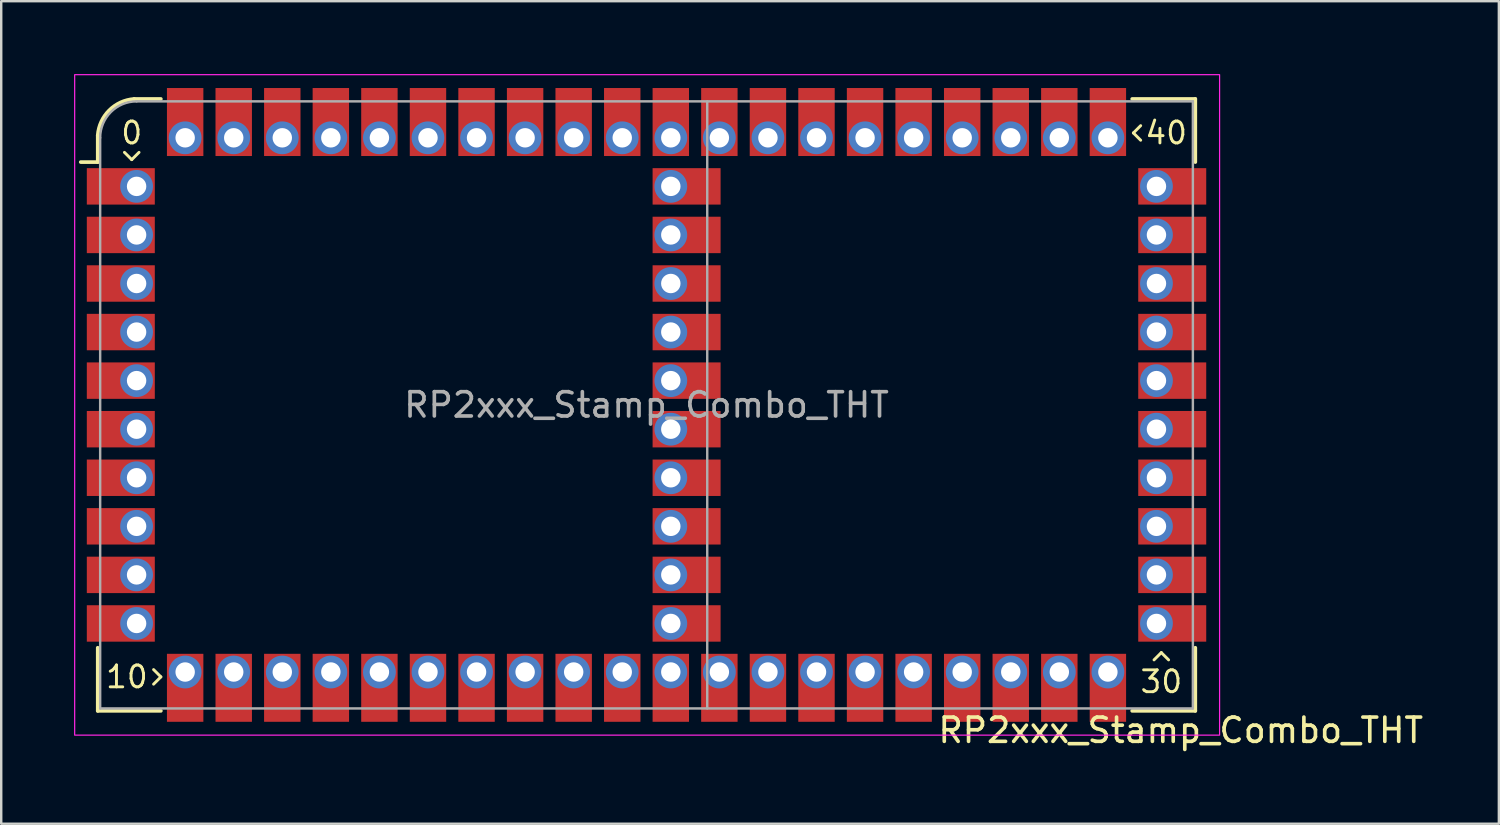
<source format=kicad_pcb>
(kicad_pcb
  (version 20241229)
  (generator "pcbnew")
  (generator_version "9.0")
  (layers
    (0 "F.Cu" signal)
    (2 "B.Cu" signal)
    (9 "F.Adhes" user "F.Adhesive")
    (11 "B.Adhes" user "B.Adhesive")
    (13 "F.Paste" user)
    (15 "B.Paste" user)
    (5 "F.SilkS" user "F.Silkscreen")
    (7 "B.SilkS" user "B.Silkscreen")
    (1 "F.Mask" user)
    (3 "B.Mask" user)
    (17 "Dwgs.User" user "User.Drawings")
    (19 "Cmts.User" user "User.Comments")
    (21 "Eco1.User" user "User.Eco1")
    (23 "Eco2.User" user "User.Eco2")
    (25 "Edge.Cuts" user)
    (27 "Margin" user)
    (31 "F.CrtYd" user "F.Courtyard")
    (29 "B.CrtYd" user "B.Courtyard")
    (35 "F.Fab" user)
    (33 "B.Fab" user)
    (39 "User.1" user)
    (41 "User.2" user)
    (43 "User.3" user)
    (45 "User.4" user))
  (footprint "RP2xxx_Stamp_Combo_THT"
    (layer "F.Cu")
    (at 23.575 13.625)
    (property "Reference" "RP2xxx_Stamp_Combo_THT" (at 22 13.4 0) (unlocked yes) (layer "F.SilkS") (effects (font (size 1 1) (thickness 0.15))))
    (attr through_hole)
    (fp_line (start -22.6 -10) (end -23.3 -10) (stroke (width 0.15) (type solid)) (layer "F.SilkS"))
    (fp_line (start -22.6 -10) (end -22.6 -11.1) (stroke (width 0.15) (type solid)) (layer "F.SilkS"))
    (fp_line (start -22.6 12.6) (end -22.6 10) (stroke (width 0.15) (type solid)) (layer "F.SilkS"))
    (fp_line (start -21.5 -10.4) (end -21.2 -10.1) (stroke (width 0.12) (type solid)) (layer "F.SilkS"))
    (fp_line (start -21.2 -10.1) (end -20.9 -10.4) (stroke (width 0.12) (type solid)) (layer "F.SilkS"))
    (fp_line (start -21.1 -12.6) (end -20 -12.6) (stroke (width 0.15) (type solid)) (layer "F.SilkS"))
    (fp_line (start -20.3 11.5) (end -20 11.2) (stroke (width 0.12) (type solid)) (layer "F.SilkS"))
    (fp_line (start -20 11.2) (end -20.3 10.9) (stroke (width 0.12) (type solid)) (layer "F.SilkS"))
    (fp_line (start -20 12.6) (end -22.6 12.6) (stroke (width 0.15) (type solid)) (layer "F.SilkS"))
    (fp_line (start 20 -12.6) (end 22.6 -12.6) (stroke (width 0.15) (type solid)) (layer "F.SilkS"))
    (fp_line (start 20.05 -11.2) (end 20.35 -10.9) (stroke (width 0.12) (type solid)) (layer "F.SilkS"))
    (fp_line (start 20.35 -11.5) (end 20.05 -11.2) (stroke (width 0.12) (type solid)) (layer "F.SilkS"))
    (fp_line (start 21.2 10.2) (end 20.9 10.5) (stroke (width 0.12) (type solid)) (layer "F.SilkS"))
    (fp_line (start 21.5 10.5) (end 21.2 10.2) (stroke (width 0.12) (type solid)) (layer "F.SilkS"))
    (fp_line (start 22.6 -12.6) (end 22.6 -10) (stroke (width 0.15) (type solid)) (layer "F.SilkS"))
    (fp_line (start 22.6 10) (end 22.6 12.6) (stroke (width 0.15) (type solid)) (layer "F.SilkS"))
    (fp_line (start 22.6 12.6) (end 20 12.6) (stroke (width 0.15) (type solid)) (layer "F.SilkS"))
    (fp_arc (start -22.6 -11.1) (mid -22.129432 -12.129432) (end -21.1 -12.6) (stroke (width 0.15) (type solid)) (layer "F.SilkS"))
    (fp_rect (start -23.55 -13.6) (end 23.6 13.6) (stroke (width 0.05) (type solid)) (fill no) (layer "F.CrtYd"))
    (fp_line (start -22.5 12.5) (end -22.5 -11) (stroke (width 0.1) (type solid)) (layer "F.Fab"))
    (fp_line (start -21 -12.5) (end 22.5 -12.5) (stroke (width 0.1) (type solid)) (layer "F.Fab"))
    (fp_line (start 2.5 -12.5) (end 2.5 12.5) (stroke (width 0.1) (type solid)) (layer "F.Fab"))
    (fp_line (start 22.5 -12.5) (end 22.5 12.5) (stroke (width 0.1) (type solid)) (layer "F.Fab"))
    (fp_line (start 22.5 12.5) (end -22.5 12.5) (stroke (width 0.1) (type solid)) (layer "F.Fab"))
    (fp_arc (start -22.500003 -11.000003) (mid -22.060661 -12.060662) (end -21 -12.5) (stroke (width 0.1) (type solid)) (layer "F.Fab"))
    (fp_text user "10" (at -21.4 11.2 0) (unlocked yes) (layer "F.SilkS") (effects (font (size 0.9 0.9) (thickness 0.12))))
    (fp_text user "30" (at 21.2 11.4 0) (unlocked yes) (layer "F.SilkS") (effects (font (size 0.9 0.9) (thickness 0.12))))
    (fp_text user "40" (at 21.4 -11.2 0) (unlocked yes) (layer "F.SilkS") (effects (font (size 0.9 0.9) (thickness 0.12))))
    (fp_text user "0" (at -21.2 -11.2 0) (unlocked yes) (layer "F.SilkS") (effects (font (size 0.9 0.9) (thickness 0.12))))
    (fp_text user "${REFERENCE}" (at 0 0 0) (unlocked yes) (layer "F.Fab") (effects (font (size 1 1) (thickness 0.15))))
    (pad "1" smd rect (at -21.65 -9) (size 2.8 1.5) (layers "F.Cu" "F.Mask" "F.Paste"))
    (pad "1" thru_hole circle (at -21 -9) (size 1.35 1.35) (drill 0.8) (layers "*.Cu" "*.Mask"))
    (pad "2" smd rect (at -21.65 -7) (size 2.8 1.5) (layers "F.Cu" "F.Mask" "F.Paste"))
    (pad "2" thru_hole oval (at -21 -7) (size 1.35 1.35) (drill 0.8) (layers "*.Cu" "*.Mask"))
    (pad "3" smd rect (at -21.65 -5) (size 2.8 1.5) (layers "F.Cu" "F.Mask" "F.Paste"))
    (pad "3" thru_hole oval (at -21 -5) (size 1.35 1.35) (drill 0.8) (layers "*.Cu" "*.Mask"))
    (pad "4" smd rect (at -21.65 -3) (size 2.8 1.5) (layers "F.Cu" "F.Mask" "F.Paste"))
    (pad "4" thru_hole oval (at -21 -3) (size 1.35 1.35) (drill 0.8) (layers "*.Cu" "*.Mask"))
    (pad "5" smd rect (at -21.65 -1) (size 2.8 1.5) (layers "F.Cu" "F.Mask" "F.Paste"))
    (pad "5" thru_hole oval (at -21 -1) (size 1.35 1.35) (drill 0.8) (layers "*.Cu" "*.Mask"))
    (pad "6" smd rect (at -21.65 1) (size 2.8 1.5) (layers "F.Cu" "F.Mask" "F.Paste"))
    (pad "6" thru_hole oval (at -21 1) (size 1.35 1.35) (drill 0.8) (layers "*.Cu" "*.Mask"))
    (pad "7" smd rect (at -21.65 3) (size 2.8 1.5) (layers "F.Cu" "F.Mask" "F.Paste"))
    (pad "7" thru_hole oval (at -21 3) (size 1.35 1.35) (drill 0.8) (layers "*.Cu" "*.Mask"))
    (pad "8" smd rect (at -21.65 5) (size 2.8 1.5) (layers "F.Cu" "F.Mask" "F.Paste"))
    (pad "8" thru_hole oval (at -21 5) (size 1.35 1.35) (drill 0.8) (layers "*.Cu" "*.Mask"))
    (pad "9" smd rect (at -21.65 7) (size 2.8 1.5) (layers "F.Cu" "F.Mask" "F.Paste"))
    (pad "9" thru_hole oval (at -21 7) (size 1.35 1.35) (drill 0.8) (layers "*.Cu" "*.Mask"))
    (pad "10" smd rect (at -21.65 9) (size 2.8 1.5) (layers "F.Cu" "F.Mask" "F.Paste"))
    (pad "10" thru_hole oval (at -21 9) (size 1.35 1.35) (drill 0.8) (layers "*.Cu" "*.Mask"))
    (pad "11" thru_hole oval (at -19 11) (size 1.35 1.35) (drill 0.8) (layers "*.Cu" "*.Mask"))
    (pad "11" smd rect (at -19 11.65 270) (size 2.8 1.5) (layers "F.Cu" "F.Mask" "F.Paste"))
    (pad "12" thru_hole oval (at -17 11) (size 1.35 1.35) (drill 0.8) (layers "*.Cu" "*.Mask"))
    (pad "12" smd rect (at -17 11.65 270) (size 2.8 1.5) (layers "F.Cu" "F.Mask" "F.Paste"))
    (pad "13" thru_hole oval (at -15 11) (size 1.35 1.35) (drill 0.8) (layers "*.Cu" "*.Mask"))
    (pad "13" smd rect (at -15 11.65 270) (size 2.8 1.5) (layers "F.Cu" "F.Mask" "F.Paste"))
    (pad "14" thru_hole oval (at -13 11) (size 1.35 1.35) (drill 0.8) (layers "*.Cu" "*.Mask"))
    (pad "14" smd rect (at -13 11.65 270) (size 2.8 1.5) (layers "F.Cu" "F.Mask" "F.Paste"))
    (pad "15" thru_hole oval (at -11 11) (size 1.35 1.35) (drill 0.8) (layers "*.Cu" "*.Mask"))
    (pad "15" smd rect (at -11 11.65 270) (size 2.8 1.5) (layers "F.Cu" "F.Mask" "F.Paste"))
    (pad "16" thru_hole oval (at -9 11) (size 1.35 1.35) (drill 0.8) (layers "*.Cu" "*.Mask"))
    (pad "16" smd rect (at -9 11.65 270) (size 2.8 1.5) (layers "F.Cu" "F.Mask" "F.Paste"))
    (pad "17" thru_hole oval (at -7 11) (size 1.35 1.35) (drill 0.8) (layers "*.Cu" "*.Mask"))
    (pad "17" smd rect (at -7 11.65 270) (size 2.8 1.5) (layers "F.Cu" "F.Mask" "F.Paste"))
    (pad "18" thru_hole oval (at -5 11) (size 1.35 1.35) (drill 0.8) (layers "*.Cu" "*.Mask"))
    (pad "18" smd rect (at -5 11.65 270) (size 2.8 1.5) (layers "F.Cu" "F.Mask" "F.Paste"))
    (pad "19" thru_hole oval (at -3 11) (size 1.35 1.35) (drill 0.8) (layers "*.Cu" "*.Mask"))
    (pad "19" smd rect (at -3 11.65 270) (size 2.8 1.5) (layers "F.Cu" "F.Mask" "F.Paste"))
    (pad "20" thru_hole oval (at -1 11) (size 1.35 1.35) (drill 0.8) (layers "*.Cu" "*.Mask"))
    (pad "20" smd rect (at -1 11.65 270) (size 2.8 1.5) (layers "F.Cu" "F.Mask" "F.Paste"))
    (pad "21" thru_hole oval (at 1 9) (size 1.35 1.35) (drill 0.8) (layers "*.Cu" "*.Mask"))
    (pad "21" thru_hole oval (at 1 11) (size 1.35 1.35) (drill 0.8) (layers "*.Cu" "*.Mask"))
    (pad "21" smd rect (at 1 11.65 270) (size 2.8 1.5) (layers "F.Cu" "F.Mask" "F.Paste"))
    (pad "21" smd rect (at 1.65 9) (size 2.8 1.5) (layers "F.Cu" "F.Mask" "F.Paste"))
    (pad "22" thru_hole oval (at 1 7) (size 1.35 1.35) (drill 0.8) (layers "*.Cu" "*.Mask"))
    (pad "22" smd rect (at 1.65 7) (size 2.8 1.5) (layers "F.Cu" "F.Mask" "F.Paste"))
    (pad "22" thru_hole oval (at 3 11) (size 1.35 1.35) (drill 0.8) (layers "*.Cu" "*.Mask"))
    (pad "22" smd rect (at 3 11.65 270) (size 2.8 1.5) (layers "F.Cu" "F.Mask" "F.Paste"))
    (pad "23" thru_hole oval (at 1 5) (size 1.35 1.35) (drill 0.8) (layers "*.Cu" "*.Mask"))
    (pad "23" smd rect (at 1.65 5) (size 2.8 1.5) (layers "F.Cu" "F.Mask" "F.Paste"))
    (pad "23" thru_hole oval (at 5 11) (size 1.35 1.35) (drill 0.8) (layers "*.Cu" "*.Mask"))
    (pad "23" smd rect (at 5 11.65 270) (size 2.8 1.5) (layers "F.Cu" "F.Mask" "F.Paste"))
    (pad "24" thru_hole oval (at 1 3) (size 1.35 1.35) (drill 0.8) (layers "*.Cu" "*.Mask"))
    (pad "24" smd rect (at 1.65 3) (size 2.8 1.5) (layers "F.Cu" "F.Mask" "F.Paste"))
    (pad "24" thru_hole oval (at 7 11) (size 1.35 1.35) (drill 0.8) (layers "*.Cu" "*.Mask"))
    (pad "24" smd rect (at 7 11.65 270) (size 2.8 1.5) (layers "F.Cu" "F.Mask" "F.Paste"))
    (pad "25" thru_hole oval (at 1 1) (size 1.35 1.35) (drill 0.8) (layers "*.Cu" "*.Mask"))
    (pad "25" smd rect (at 1.65 1) (size 2.8 1.5) (layers "F.Cu" "F.Mask" "F.Paste"))
    (pad "25" thru_hole oval (at 9 11) (size 1.35 1.35) (drill 0.8) (layers "*.Cu" "*.Mask"))
    (pad "25" smd rect (at 9 11.65 270) (size 2.8 1.5) (layers "F.Cu" "F.Mask" "F.Paste"))
    (pad "26" thru_hole oval (at 1 -1) (size 1.35 1.35) (drill 0.8) (layers "*.Cu" "*.Mask"))
    (pad "26" smd rect (at 1.65 -1) (size 2.8 1.5) (layers "F.Cu" "F.Mask" "F.Paste"))
    (pad "26" thru_hole oval (at 11 11) (size 1.35 1.35) (drill 0.8) (layers "*.Cu" "*.Mask"))
    (pad "26" smd rect (at 11 11.65 270) (size 2.8 1.5) (layers "F.Cu" "F.Mask" "F.Paste"))
    (pad "27" thru_hole oval (at 1 -3) (size 1.35 1.35) (drill 0.8) (layers "*.Cu" "*.Mask"))
    (pad "27" smd rect (at 1.65 -3) (size 2.8 1.5) (layers "F.Cu" "F.Mask" "F.Paste"))
    (pad "27" thru_hole oval (at 13 11) (size 1.35 1.35) (drill 0.8) (layers "*.Cu" "*.Mask"))
    (pad "27" smd rect (at 13 11.65 270) (size 2.8 1.5) (layers "F.Cu" "F.Mask" "F.Paste"))
    (pad "28" thru_hole oval (at 1 -5) (size 1.35 1.35) (drill 0.8) (layers "*.Cu" "*.Mask"))
    (pad "28" smd rect (at 1.65 -5) (size 2.8 1.5) (layers "F.Cu" "F.Mask" "F.Paste"))
    (pad "28" thru_hole oval (at 15 11) (size 1.35 1.35) (drill 0.8) (layers "*.Cu" "*.Mask"))
    (pad "28" smd rect (at 15 11.65 270) (size 2.8 1.5) (layers "F.Cu" "F.Mask" "F.Paste"))
    (pad "29" thru_hole oval (at 1 -7) (size 1.35 1.35) (drill 0.8) (layers "*.Cu" "*.Mask"))
    (pad "29" smd rect (at 1.65 -7) (size 2.8 1.5) (layers "F.Cu" "F.Mask" "F.Paste"))
    (pad "29" thru_hole oval (at 17 11) (size 1.35 1.35) (drill 0.8) (layers "*.Cu" "*.Mask"))
    (pad "29" smd rect (at 17 11.65 270) (size 2.8 1.5) (layers "F.Cu" "F.Mask" "F.Paste"))
    (pad "30" thru_hole oval (at 1 -9) (size 1.35 1.35) (drill 0.8) (layers "*.Cu" "*.Mask"))
    (pad "30" smd rect (at 1.65 -9) (size 2.8 1.5) (layers "F.Cu" "F.Mask" "F.Paste"))
    (pad "30" thru_hole oval (at 19 11) (size 1.35 1.35) (drill 0.8) (layers "*.Cu" "*.Mask"))
    (pad "30" smd rect (at 19 11.65 270) (size 2.8 1.5) (layers "F.Cu" "F.Mask" "F.Paste"))
    (pad "31" smd rect (at -1 -11.65 270) (size 2.8 1.5) (layers "F.Cu" "F.Mask" "F.Paste"))
    (pad "31" thru_hole oval (at -1 -11) (size 1.35 1.35) (drill 0.8) (layers "*.Cu" "*.Mask"))
    (pad "32" smd rect (at -3 -11.65 270) (size 2.8 1.5) (layers "F.Cu" "F.Mask" "F.Paste"))
    (pad "32" thru_hole oval (at -3 -11) (size 1.35 1.35) (drill 0.8) (layers "*.Cu" "*.Mask"))
    (pad "33" smd rect (at -5 -11.65 270) (size 2.8 1.5) (layers "F.Cu" "F.Mask" "F.Paste"))
    (pad "33" thru_hole oval (at -5 -11) (size 1.35 1.35) (drill 0.8) (layers "*.Cu" "*.Mask"))
    (pad "34" smd rect (at -7 -11.65 270) (size 2.8 1.5) (layers "F.Cu" "F.Mask" "F.Paste"))
    (pad "34" thru_hole oval (at -7 -11) (size 1.35 1.35) (drill 0.8) (layers "*.Cu" "*.Mask"))
    (pad "35" smd rect (at -9 -11.65 270) (size 2.8 1.5) (layers "F.Cu" "F.Mask" "F.Paste"))
    (pad "35" thru_hole oval (at -9 -11) (size 1.35 1.35) (drill 0.8) (layers "*.Cu" "*.Mask"))
    (pad "36" smd rect (at -11 -11.65 270) (size 2.8 1.5) (layers "F.Cu" "F.Mask" "F.Paste"))
    (pad "36" thru_hole oval (at -11 -11) (size 1.35 1.35) (drill 0.8) (layers "*.Cu" "*.Mask"))
    (pad "37" smd rect (at -13 -11.65 270) (size 2.8 1.5) (layers "F.Cu" "F.Mask" "F.Paste"))
    (pad "37" thru_hole oval (at -13 -11) (size 1.35 1.35) (drill 0.8) (layers "*.Cu" "*.Mask"))
    (pad "38" smd rect (at -15 -11.65 270) (size 2.8 1.5) (layers "F.Cu" "F.Mask" "F.Paste"))
    (pad "38" thru_hole oval (at -15 -11) (size 1.35 1.35) (drill 0.8) (layers "*.Cu" "*.Mask"))
    (pad "39" smd rect (at -17 -11.65 270) (size 2.8 1.5) (layers "F.Cu" "F.Mask" "F.Paste"))
    (pad "39" thru_hole oval (at -17 -11) (size 1.35 1.35) (drill 0.8) (layers "*.Cu" "*.Mask"))
    (pad "40" smd rect (at -19 -11.65 270) (size 2.8 1.5) (layers "F.Cu" "F.Mask" "F.Paste"))
    (pad "40" thru_hole oval (at -19 -11) (size 1.35 1.35) (drill 0.8) (layers "*.Cu" "*.Mask"))
    (pad "41" thru_hole oval (at 21 9) (size 1.35 1.35) (drill 0.8) (layers "*.Cu" "*.Mask"))
    (pad "41" smd rect (at 21.65 9) (size 2.8 1.5) (layers "F.Cu" "F.Mask" "F.Paste"))
    (pad "42" thru_hole oval (at 21 7) (size 1.35 1.35) (drill 0.8) (layers "*.Cu" "*.Mask"))
    (pad "42" smd rect (at 21.65 7) (size 2.8 1.5) (layers "F.Cu" "F.Mask" "F.Paste"))
    (pad "43" thru_hole oval (at 21 5) (size 1.35 1.35) (drill 0.8) (layers "*.Cu" "*.Mask"))
    (pad "43" smd rect (at 21.65 5) (size 2.8 1.5) (layers "F.Cu" "F.Mask" "F.Paste"))
    (pad "44" thru_hole oval (at 21 3) (size 1.35 1.35) (drill 0.8) (layers "*.Cu" "*.Mask"))
    (pad "44" smd rect (at 21.65 3) (size 2.8 1.5) (layers "F.Cu" "F.Mask" "F.Paste"))
    (pad "45" thru_hole oval (at 21 1) (size 1.35 1.35) (drill 0.8) (layers "*.Cu" "*.Mask"))
    (pad "45" smd rect (at 21.65 1) (size 2.8 1.5) (layers "F.Cu" "F.Mask" "F.Paste"))
    (pad "46" thru_hole oval (at 21 -1) (size 1.35 1.35) (drill 0.8) (layers "*.Cu" "*.Mask"))
    (pad "46" smd rect (at 21.65 -1) (size 2.8 1.5) (layers "F.Cu" "F.Mask" "F.Paste"))
    (pad "47" thru_hole oval (at 21 -3) (size 1.35 1.35) (drill 0.8) (layers "*.Cu" "*.Mask"))
    (pad "47" smd rect (at 21.65 -3) (size 2.8 1.5) (layers "F.Cu" "F.Mask" "F.Paste"))
    (pad "48" thru_hole oval (at 21 -5) (size 1.35 1.35) (drill 0.8) (layers "*.Cu" "*.Mask"))
    (pad "48" smd rect (at 21.65 -5) (size 2.8 1.5) (layers "F.Cu" "F.Mask" "F.Paste"))
    (pad "49" thru_hole oval (at 21 -7) (size 1.35 1.35) (drill 0.8) (layers "*.Cu" "*.Mask"))
    (pad "49" smd rect (at 21.65 -7) (size 2.8 1.5) (layers "F.Cu" "F.Mask" "F.Paste"))
    (pad "50" thru_hole oval (at 21 -9) (size 1.35 1.35) (drill 0.8) (layers "*.Cu" "*.Mask"))
    (pad "50" smd rect (at 21.65 -9) (size 2.8 1.5) (layers "F.Cu" "F.Mask" "F.Paste"))
    (pad "51" smd rect (at 19 -11.65 270) (size 2.8 1.5) (layers "F.Cu" "F.Mask" "F.Paste"))
    (pad "51" thru_hole oval (at 19 -11) (size 1.35 1.35) (drill 0.8) (layers "*.Cu" "*.Mask"))
    (pad "52" smd rect (at 17 -11.65 270) (size 2.8 1.5) (layers "F.Cu" "F.Mask" "F.Paste"))
    (pad "52" thru_hole oval (at 17 -11) (size 1.35 1.35) (drill 0.8) (layers "*.Cu" "*.Mask"))
    (pad "53" smd rect (at 15 -11.65 270) (size 2.8 1.5) (layers "F.Cu" "F.Mask" "F.Paste"))
    (pad "53" thru_hole oval (at 15 -11) (size 1.35 1.35) (drill 0.8) (layers "*.Cu" "*.Mask"))
    (pad "54" smd rect (at 13 -11.65 270) (size 2.8 1.5) (layers "F.Cu" "F.Mask" "F.Paste"))
    (pad "54" thru_hole oval (at 13 -11) (size 1.35 1.35) (drill 0.8) (layers "*.Cu" "*.Mask"))
    (pad "55" smd rect (at 11 -11.65 270) (size 2.8 1.5) (layers "F.Cu" "F.Mask" "F.Paste"))
    (pad "55" thru_hole oval (at 11 -11) (size 1.35 1.35) (drill 0.8) (layers "*.Cu" "*.Mask"))
    (pad "56" smd rect (at 9 -11.65 270) (size 2.8 1.5) (layers "F.Cu" "F.Mask" "F.Paste"))
    (pad "56" thru_hole oval (at 9 -11) (size 1.35 1.35) (drill 0.8) (layers "*.Cu" "*.Mask"))
    (pad "57" smd rect (at 7 -11.65 270) (size 2.8 1.5) (layers "F.Cu" "F.Mask" "F.Paste"))
    (pad "57" thru_hole oval (at 7 -11) (size 1.35 1.35) (drill 0.8) (layers "*.Cu" "*.Mask"))
    (pad "58" smd rect (at 5 -11.65 270) (size 2.8 1.5) (layers "F.Cu" "F.Mask" "F.Paste"))
    (pad "58" thru_hole oval (at 5 -11) (size 1.35 1.35) (drill 0.8) (layers "*.Cu" "*.Mask"))
    (pad "59" smd rect (at 3 -11.65 270) (size 2.8 1.5) (layers "F.Cu" "F.Mask" "F.Paste"))
    (pad "59" thru_hole oval (at 3 -11) (size 1.35 1.35) (drill 0.8) (layers "*.Cu" "*.Mask"))
    (pad "60" smd rect (at 1 -11.65 270) (size 2.8 1.5) (layers "F.Cu" "F.Mask" "F.Paste"))
    (pad "60" thru_hole oval (at 1 -11) (size 1.35 1.35) (drill 0.8) (layers "*.Cu" "*.Mask")))
  (gr_rect
    (start -3 -3)
    (end 58.676 30.873)
    (stroke (width 0.1) (type default))
    (fill no)
    (layer "Edge.Cuts")))
</source>
